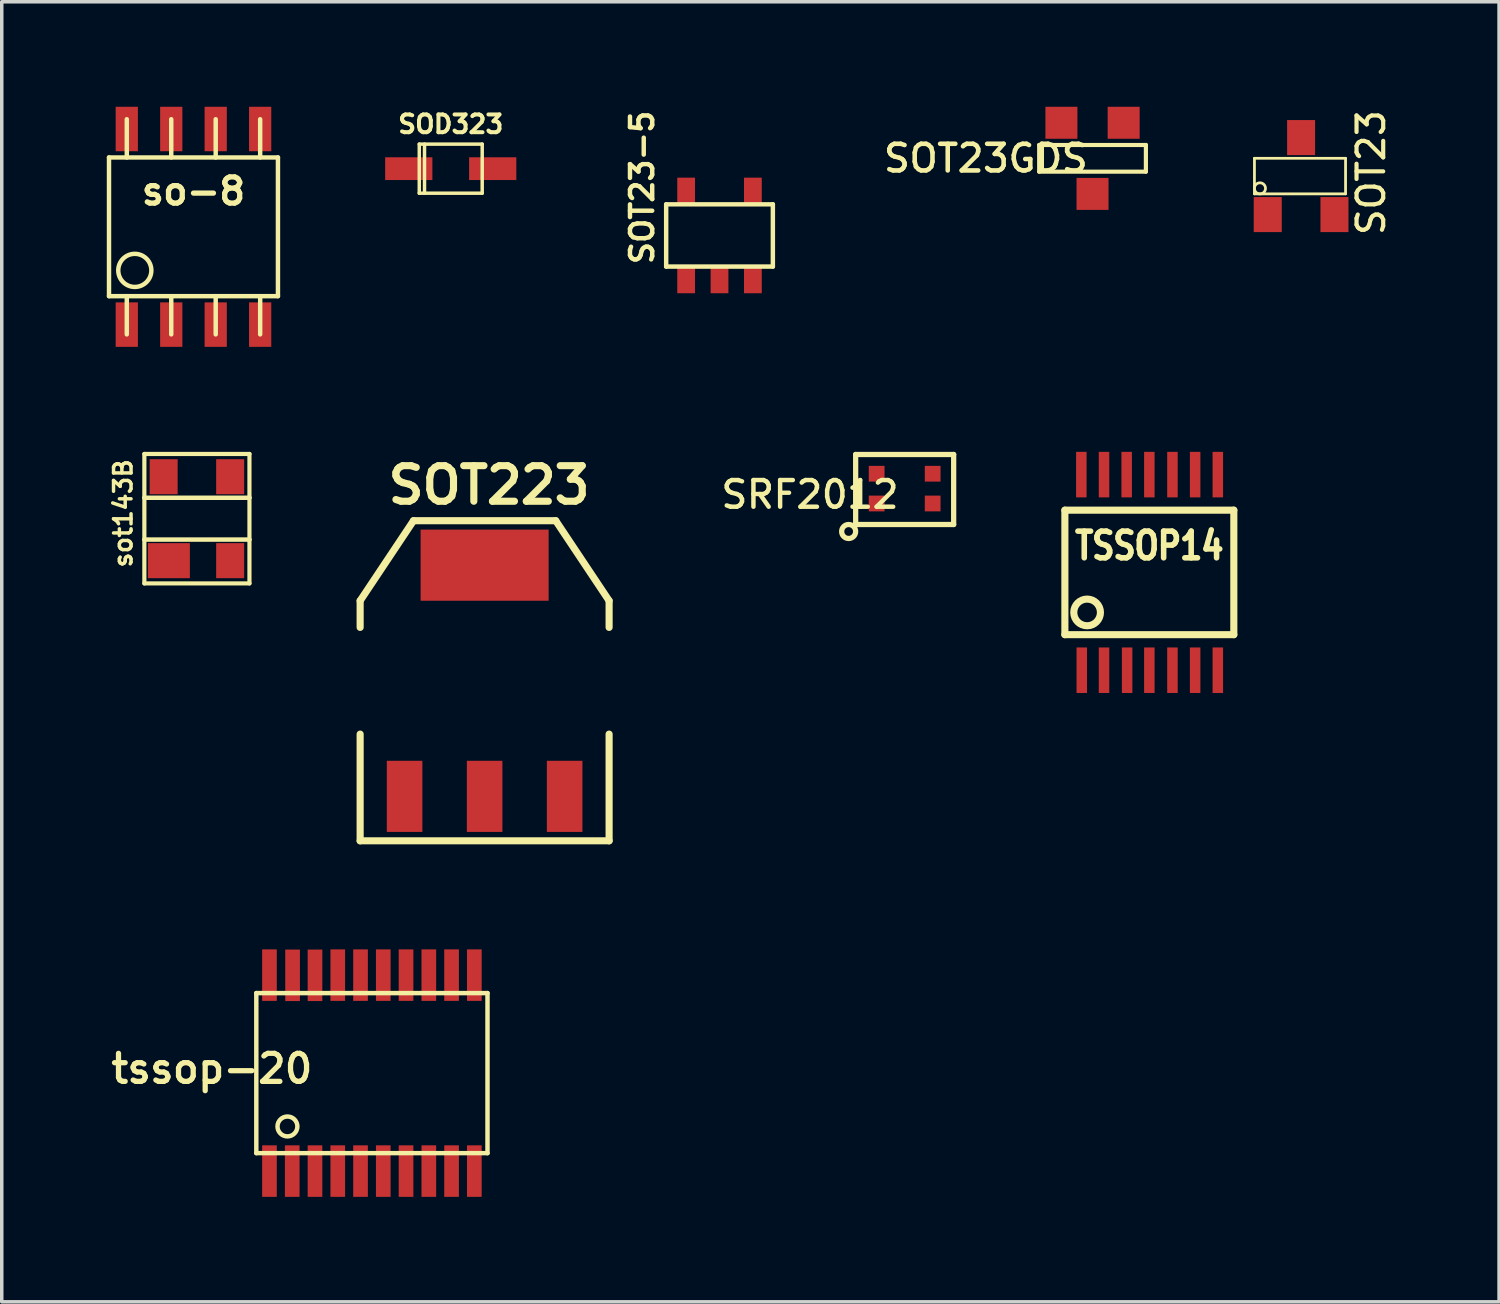
<source format=kicad_pcb>
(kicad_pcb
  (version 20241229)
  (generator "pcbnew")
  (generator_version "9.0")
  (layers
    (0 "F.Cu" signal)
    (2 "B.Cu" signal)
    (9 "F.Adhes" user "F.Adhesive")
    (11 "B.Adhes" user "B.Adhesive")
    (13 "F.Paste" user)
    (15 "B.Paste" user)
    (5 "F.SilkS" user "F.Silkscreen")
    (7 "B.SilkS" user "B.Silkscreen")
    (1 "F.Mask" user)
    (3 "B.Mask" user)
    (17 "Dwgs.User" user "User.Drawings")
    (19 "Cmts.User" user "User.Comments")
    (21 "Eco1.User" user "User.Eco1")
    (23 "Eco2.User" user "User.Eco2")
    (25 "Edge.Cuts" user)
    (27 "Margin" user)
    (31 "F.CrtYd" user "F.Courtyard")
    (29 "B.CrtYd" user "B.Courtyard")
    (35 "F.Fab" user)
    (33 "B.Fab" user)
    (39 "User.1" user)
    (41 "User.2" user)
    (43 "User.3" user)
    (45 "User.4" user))
  (footprint "SOT223"
    (layer "F.Cu")
    (at 10.794 16.397)
    (property "Reference" "SOT223" (at 0.127 -5.588 0) (layer "F.SilkS") (effects (font (size 1.016 1.016) (thickness 0.203))))
    (attr smd)
    (fp_line (start -3.556 -2.286) (end -2.032 -4.572) (stroke (width 0.203) (type solid)) (layer "F.SilkS"))
    (fp_line (start -3.556 -1.524) (end -3.556 -2.286) (stroke (width 0.203) (type solid)) (layer "F.SilkS"))
    (fp_line (start -3.556 1.524) (end -3.556 4.572) (stroke (width 0.203) (type solid)) (layer "F.SilkS"))
    (fp_line (start -3.556 4.572) (end 3.556 4.572) (stroke (width 0.203) (type solid)) (layer "F.SilkS"))
    (fp_line (start -2.032 -4.572) (end 2.032 -4.572) (stroke (width 0.203) (type solid)) (layer "F.SilkS"))
    (fp_line (start 2.032 -4.572) (end 3.556 -2.286) (stroke (width 0.203) (type solid)) (layer "F.SilkS"))
    (fp_line (start 3.556 -2.286) (end 3.556 -1.524) (stroke (width 0.203) (type solid)) (layer "F.SilkS"))
    (fp_line (start 3.556 4.572) (end 3.556 1.524) (stroke (width 0.203) (type solid)) (layer "F.SilkS"))
    (pad "1" smd rect (at -2.286 3.302) (size 1.016 2.032) (layers "F.Cu" "F.Mask" "F.Paste"))
    (pad "2" smd rect (at 0 3.302) (size 1.016 2.032) (layers "F.Cu" "F.Mask" "F.Paste"))
    (pad "3" smd rect (at 2.286 3.302) (size 1.016 2.032) (layers "F.Cu" "F.Mask" "F.Paste"))
    (pad "4" smd rect (at 0 -3.302) (size 3.658 2.032) (layers "F.Cu" "F.Mask" "F.Paste")))
  (footprint "SOT23GDS"
    (layer "F.Cu")
    (at 28.16 1.473)
    (property "Reference" "SOT23GDS" (at -3.048 0 0) (layer "F.SilkS") (effects (font (size 0.762 0.762) (thickness 0.13))))
    (attr smd)
    (fp_line (start -1.524 -0.381) (end 1.524 -0.381) (stroke (width 0.119) (type solid)) (layer "F.SilkS"))
    (fp_line (start -1.524 0.381) (end -1.524 -0.381) (stroke (width 0.119) (type solid)) (layer "F.SilkS"))
    (fp_line (start 1.524 -0.381) (end 1.524 0.381) (stroke (width 0.119) (type solid)) (layer "F.SilkS"))
    (fp_line (start 1.524 0.381) (end -1.524 0.381) (stroke (width 0.119) (type solid)) (layer "F.SilkS"))
    (pad "D" smd rect (at 0 1.016) (size 0.914 0.914) (layers "F.Cu" "F.Mask" "F.Paste"))
    (pad "G" smd rect (at 0.889 -1.016) (size 0.914 0.914) (layers "F.Cu" "F.Mask" "F.Paste"))
    (pad "S" smd rect (at -0.889 -1.016) (size 0.914 0.914) (layers "F.Cu" "F.Mask" "F.Paste")))
  (footprint "SOT23"
    (layer "F.Cu")
    (at 34.118 1.98)
    (property "Reference" "SOT23" (at 1.999 -0.099 90) (layer "F.SilkS") (effects (font (size 0.762 0.762) (thickness 0.119))))
    (attr through_hole)
    (fp_line (start -1.333 -0.508) (end -1.333 0.508) (stroke (width 0.079) (type solid)) (layer "F.SilkS"))
    (fp_line (start -1.333 -0.508) (end 1.27 -0.508) (stroke (width 0.079) (type solid)) (layer "F.SilkS"))
    (fp_line (start 1.27 -0.508) (end 1.27 0.508) (stroke (width 0.079) (type solid)) (layer "F.SilkS"))
    (fp_line (start 1.27 0.508) (end -1.333 0.508) (stroke (width 0.079) (type solid)) (layer "F.SilkS"))
    (fp_circle (center -1.176 0.351) (end -1.3 0.45) (stroke (width 0.079) (type solid)) (fill no) (layer "F.SilkS"))
    (pad "1" smd rect (at -0.953 1.1) (size 0.8 1.001) (layers "F.Cu" "F.Mask" "F.Paste"))
    (pad "2" smd rect (at 0.953 1.1) (size 0.8 1.001) (layers "F.Cu" "F.Mask" "F.Paste"))
    (pad "3" smd rect (at 0 -1.1) (size 0.8 1.001) (layers "F.Cu" "F.Mask" "F.Paste")))
  (footprint "SRF2012"
    (layer "F.Cu")
    (at 21.993 11.333)
    (property "Reference" "SRF2012" (at -1.905 -0.254 0) (layer "F.SilkS") (effects (font (size 0.762 0.762) (thickness 0.127))))
    (attr through_hole)
    (fp_line (start -0.6 -1.4) (end -0.6 0.6) (stroke (width 0.15) (type solid)) (layer "F.SilkS"))
    (fp_line (start -0.6 0.6) (end 2.2 0.6) (stroke (width 0.15) (type solid)) (layer "F.SilkS"))
    (fp_line (start 2.2 -1.4) (end -0.6 -1.4) (stroke (width 0.15) (type solid)) (layer "F.SilkS"))
    (fp_line (start 2.2 0.6) (end 2.2 -1.4) (stroke (width 0.15) (type solid)) (layer "F.SilkS"))
    (fp_circle (center -0.8 0.8) (end -0.6 0.8) (stroke (width 0.15) (type solid)) (fill no) (layer "F.SilkS"))
    (pad "1" smd rect (at 0 0) (size 0.45 0.45) (layers "F.Cu" "F.Mask" "F.Paste"))
    (pad "2" smd rect (at 1.6 0) (size 0.45 0.45) (layers "F.Cu" "F.Mask" "F.Paste"))
    (pad "3" smd rect (at 1.6 -0.85) (size 0.45 0.45) (layers "F.Cu" "F.Mask" "F.Paste"))
    (pad "4" smd rect (at 0 -0.85) (size 0.45 0.45) (layers "F.Cu" "F.Mask" "F.Paste")))
  (footprint "TSSOP14"
    (layer "F.Cu")
    (at 29.783 13.302)
    (property "Reference" "TSSOP14" (at 0 -0.762 0) (layer "F.SilkS") (effects (font (size 0.762 0.635) (thickness 0.16))))
    (attr smd)
    (fp_line (start -2.413 -1.778) (end 2.413 -1.778) (stroke (width 0.203) (type solid)) (layer "F.SilkS"))
    (fp_line (start -2.413 1.778) (end -2.413 -1.778) (stroke (width 0.203) (type solid)) (layer "F.SilkS"))
    (fp_line (start 2.413 -1.778) (end 2.413 1.778) (stroke (width 0.203) (type solid)) (layer "F.SilkS"))
    (fp_line (start 2.413 1.778) (end -2.413 1.778) (stroke (width 0.203) (type solid)) (layer "F.SilkS"))
    (fp_circle (center -1.778 1.143) (end -2.159 1.143) (stroke (width 0.203) (type solid)) (fill no) (layer "F.SilkS"))
    (pad "1" smd rect (at -1.93 2.794) (size 0.3 1.3) (layers "F.Cu" "F.Mask" "F.Paste"))
    (pad "2" smd rect (at -1.295 2.794) (size 0.3 1.3) (layers "F.Cu" "F.Mask" "F.Paste"))
    (pad "3" smd rect (at -0.635 2.794) (size 0.3 1.3) (layers "F.Cu" "F.Mask" "F.Paste"))
    (pad "4" smd rect (at 0 2.794) (size 0.3 1.3) (layers "F.Cu" "F.Mask" "F.Paste"))
    (pad "5" smd rect (at 0.66 2.794) (size 0.3 1.3) (layers "F.Cu" "F.Mask" "F.Paste"))
    (pad "6" smd rect (at 1.308 2.794) (size 0.3 1.3) (layers "F.Cu" "F.Mask" "F.Paste"))
    (pad "7" smd rect (at 1.956 2.794) (size 0.3 1.3) (layers "F.Cu" "F.Mask" "F.Paste"))
    (pad "8" smd rect (at 1.956 -2.794) (size 0.3 1.3) (layers "F.Cu" "F.Mask" "F.Paste"))
    (pad "9" smd rect (at 1.308 -2.794) (size 0.3 1.3) (layers "F.Cu" "F.Mask" "F.Paste"))
    (pad "10" smd rect (at 0.66 -2.794) (size 0.3 1.3) (layers "F.Cu" "F.Mask" "F.Paste"))
    (pad "11" smd rect (at 0 -2.794) (size 0.3 1.3) (layers "F.Cu" "F.Mask" "F.Paste"))
    (pad "12" smd rect (at -0.648 -2.794) (size 0.3 1.3) (layers "F.Cu" "F.Mask" "F.Paste"))
    (pad "13" smd rect (at -1.295 -2.794) (size 0.3 1.3) (layers "F.Cu" "F.Mask" "F.Paste"))
    (pad "14" smd rect (at -1.943 -2.794) (size 0.3 1.3) (layers "F.Cu" "F.Mask" "F.Paste")))
  (footprint "so-8"
    (layer "F.Cu")
    (at 2.477 3.429)
    (property "Reference" "so-8" (at 0 -1.016 0) (layer "F.SilkS") (effects (font (size 0.749 0.749) (thickness 0.15))))
    (attr through_hole)
    (fp_line (start -2.413 -1.981) (end -2.413 1.981) (stroke (width 0.127) (type solid)) (layer "F.SilkS"))
    (fp_line (start -2.413 1.981) (end 2.413 1.981) (stroke (width 0.127) (type solid)) (layer "F.SilkS"))
    (fp_line (start -1.905 -1.981) (end -1.905 -3.073) (stroke (width 0.127) (type solid)) (layer "F.SilkS"))
    (fp_line (start -1.905 3.073) (end -1.905 1.981) (stroke (width 0.127) (type solid)) (layer "F.SilkS"))
    (fp_line (start -0.635 -1.981) (end -0.635 -3.073) (stroke (width 0.127) (type solid)) (layer "F.SilkS"))
    (fp_line (start -0.635 3.073) (end -0.635 1.981) (stroke (width 0.127) (type solid)) (layer "F.SilkS"))
    (fp_line (start 0.635 -1.981) (end 0.635 -3.073) (stroke (width 0.127) (type solid)) (layer "F.SilkS"))
    (fp_line (start 0.635 3.073) (end 0.635 1.981) (stroke (width 0.127) (type solid)) (layer "F.SilkS"))
    (fp_line (start 1.905 -3.073) (end 1.905 -1.981) (stroke (width 0.127) (type solid)) (layer "F.SilkS"))
    (fp_line (start 1.905 1.981) (end 1.905 3.073) (stroke (width 0.127) (type solid)) (layer "F.SilkS"))
    (fp_line (start 2.413 -1.981) (end -2.413 -1.981) (stroke (width 0.127) (type solid)) (layer "F.SilkS"))
    (fp_line (start 2.413 1.981) (end 2.413 -1.981) (stroke (width 0.127) (type solid)) (layer "F.SilkS"))
    (fp_circle (center -1.676 1.245) (end -1.956 1.626) (stroke (width 0.127) (type solid)) (fill no) (layer "F.SilkS"))
    (pad "1" smd rect (at -1.905 2.794) (size 0.635 1.27) (layers "F.Cu" "F.Mask" "F.Paste"))
    (pad "2" smd rect (at -0.635 2.794) (size 0.635 1.27) (layers "F.Cu" "F.Mask" "F.Paste"))
    (pad "3" smd rect (at 0.635 2.794) (size 0.635 1.27) (layers "F.Cu" "F.Mask" "F.Paste"))
    (pad "4" smd rect (at 1.905 2.794) (size 0.635 1.27) (layers "F.Cu" "F.Mask" "F.Paste"))
    (pad "5" smd rect (at 1.905 -2.794) (size 0.635 1.27) (layers "F.Cu" "F.Mask" "F.Paste"))
    (pad "6" smd rect (at 0.635 -2.794) (size 0.635 1.27) (layers "F.Cu" "F.Mask" "F.Paste"))
    (pad "7" smd rect (at -0.635 -2.794) (size 0.635 1.27) (layers "F.Cu" "F.Mask" "F.Paste"))
    (pad "8" smd rect (at -1.905 -2.794) (size 0.635 1.27) (layers "F.Cu" "F.Mask" "F.Paste")))
  (footprint "SOD323"
    (layer "F.Cu")
    (at 9.826 1.768)
    (property "Reference" "SOD323" (at 0 -1.27 0) (layer "F.SilkS") (effects (font (size 0.508 0.508) (thickness 0.114))))
    (attr through_hole)
    (fp_line (start -0.899 -0.701) (end 0.899 -0.701) (stroke (width 0.099) (type solid)) (layer "F.SilkS"))
    (fp_line (start -0.899 0.701) (end -0.899 -0.701) (stroke (width 0.099) (type solid)) (layer "F.SilkS"))
    (fp_line (start -0.749 -0.701) (end -0.749 0.701) (stroke (width 0.099) (type solid)) (layer "F.SilkS"))
    (fp_line (start 0.899 -0.701) (end 0.899 0.701) (stroke (width 0.099) (type solid)) (layer "F.SilkS"))
    (fp_line (start 0.899 0.701) (end -0.899 0.701) (stroke (width 0.099) (type solid)) (layer "F.SilkS"))
    (pad "1" smd rect (at 1.199 0) (size 1.349 0.65) (layers "F.Cu" "F.Mask" "F.Paste"))
    (pad "2" smd rect (at -1.199 0) (size 1.349 0.65) (layers "F.Cu" "F.Mask" "F.Paste")))
  (footprint "sot143B"
    (layer "F.Cu")
    (at 2.575 11.767)
    (property "Reference" "sot143B" (at -2.108 -0.152 90) (layer "F.SilkS") (effects (font (size 0.5 0.5) (thickness 0.099))))
    (attr smd)
    (fp_line (start -1.501 -1.849) (end 1.501 -1.849) (stroke (width 0.119) (type solid)) (layer "F.SilkS"))
    (fp_line (start -1.501 -0.599) (end -1.501 -1.849) (stroke (width 0.119) (type solid)) (layer "F.SilkS"))
    (fp_line (start -1.501 -0.599) (end -1.501 0.599) (stroke (width 0.119) (type solid)) (layer "F.SilkS"))
    (fp_line (start -1.501 1.849) (end -1.501 0.599) (stroke (width 0.119) (type solid)) (layer "F.SilkS"))
    (fp_line (start -1.499 -0.597) (end 1.499 -0.597) (stroke (width 0.127) (type solid)) (layer "F.SilkS"))
    (fp_line (start 1.499 0.597) (end -1.499 0.597) (stroke (width 0.127) (type solid)) (layer "F.SilkS"))
    (fp_line (start 1.501 -1.849) (end 1.501 -0.599) (stroke (width 0.119) (type solid)) (layer "F.SilkS"))
    (fp_line (start 1.501 -0.599) (end 1.501 0.599) (stroke (width 0.119) (type solid)) (layer "F.SilkS"))
    (fp_line (start 1.501 0.599) (end 1.501 1.849) (stroke (width 0.119) (type solid)) (layer "F.SilkS"))
    (fp_line (start 1.501 1.849) (end -1.501 1.849) (stroke (width 0.119) (type solid)) (layer "F.SilkS"))
    (pad "1" smd rect (at -0.8 1.199) (size 1.199 1.001) (layers "F.Cu" "F.Mask" "F.Paste"))
    (pad "2" smd rect (at 0.95 1.199) (size 0.8 1.001) (layers "F.Cu" "F.Mask" "F.Paste"))
    (pad "3" smd rect (at 0.95 -1.199) (size 0.8 1.001) (layers "F.Cu" "F.Mask" "F.Paste"))
    (pad "4" smd rect (at -0.95 -1.199) (size 0.8 1.001) (layers "F.Cu" "F.Mask" "F.Paste")))
  (footprint "SOT23-5"
    (layer "F.Cu")
    (at 17.504 3.676)
    (property "Reference" "SOT23-5" (at -2.21 -1.372 90) (layer "F.SilkS") (effects (font (size 0.635 0.635) (thickness 0.127))))
    (attr smd)
    (fp_line (start -1.524 -0.889) (end 1.524 -0.889) (stroke (width 0.127) (type solid)) (layer "F.SilkS"))
    (fp_line (start -1.524 0.889) (end -1.524 -0.889) (stroke (width 0.127) (type solid)) (layer "F.SilkS"))
    (fp_line (start 1.524 -0.889) (end 1.524 0.889) (stroke (width 0.127) (type solid)) (layer "F.SilkS"))
    (fp_line (start 1.524 0.889) (end -1.524 0.889) (stroke (width 0.127) (type solid)) (layer "F.SilkS"))
    (pad "1" smd rect (at -0.953 1.27) (size 0.508 0.762) (layers "F.Cu" "F.Mask" "F.Paste"))
    (pad "2" smd rect (at 0 1.27) (size 0.508 0.762) (layers "F.Cu" "F.Mask" "F.Paste"))
    (pad "3" smd rect (at 0.953 1.27) (size 0.508 0.762) (layers "F.Cu" "F.Mask" "F.Paste"))
    (pad "4" smd rect (at 0.953 -1.27) (size 0.508 0.762) (layers "F.Cu" "F.Mask" "F.Paste"))
    (pad "5" smd rect (at -0.953 -1.27) (size 0.508 0.762) (layers "F.Cu" "F.Mask" "F.Paste")))
  (footprint "tssop-20"
    (layer "F.Cu")
    (at 7.574 27.605)
    (property "Reference" "tssop-20" (at -4.572 -0.127 0) (layer "F.SilkS") (effects (font (size 0.8 0.8) (thickness 0.15))))
    (attr smd)
    (fp_line (start -3.302 -2.286) (end -3.302 2.286) (stroke (width 0.127) (type solid)) (layer "F.SilkS"))
    (fp_line (start -3.302 2.286) (end 3.302 2.286) (stroke (width 0.127) (type solid)) (layer "F.SilkS"))
    (fp_line (start 3.302 -2.286) (end -3.302 -2.286) (stroke (width 0.127) (type solid)) (layer "F.SilkS"))
    (fp_line (start 3.302 2.286) (end 3.302 -2.286) (stroke (width 0.127) (type solid)) (layer "F.SilkS"))
    (fp_circle (center -2.413 1.524) (end -2.54 1.778) (stroke (width 0.127) (type solid)) (fill no) (layer "F.SilkS"))
    (pad "1" smd rect (at -2.926 2.799) (size 0.419 1.471) (layers "F.Cu" "F.Mask" "F.Paste"))
    (pad "2" smd rect (at -2.276 2.799) (size 0.419 1.471) (layers "F.Cu" "F.Mask" "F.Paste"))
    (pad "3" smd rect (at -1.626 2.799) (size 0.419 1.471) (layers "F.Cu" "F.Mask" "F.Paste"))
    (pad "4" smd rect (at -0.975 2.799) (size 0.419 1.471) (layers "F.Cu" "F.Mask" "F.Paste"))
    (pad "5" smd rect (at -0.325 2.799) (size 0.419 1.471) (layers "F.Cu" "F.Mask" "F.Paste"))
    (pad "6" smd rect (at 0.325 2.799) (size 0.419 1.471) (layers "F.Cu" "F.Mask" "F.Paste"))
    (pad "7" smd rect (at 0.975 2.799) (size 0.419 1.471) (layers "F.Cu" "F.Mask" "F.Paste"))
    (pad "8" smd rect (at 1.626 2.799) (size 0.419 1.471) (layers "F.Cu" "F.Mask" "F.Paste"))
    (pad "9" smd rect (at 2.276 2.799) (size 0.419 1.471) (layers "F.Cu" "F.Mask" "F.Paste"))
    (pad "10" smd rect (at 2.926 2.799) (size 0.419 1.471) (layers "F.Cu" "F.Mask" "F.Paste"))
    (pad "11" smd rect (at 2.926 -2.799) (size 0.419 1.471) (layers "F.Cu" "F.Mask" "F.Paste"))
    (pad "12" smd rect (at 2.276 -2.799) (size 0.419 1.471) (layers "F.Cu" "F.Mask" "F.Paste"))
    (pad "13" smd rect (at 1.626 -2.799) (size 0.419 1.471) (layers "F.Cu" "F.Mask" "F.Paste"))
    (pad "14" smd rect (at 0.975 -2.799) (size 0.419 1.471) (layers "F.Cu" "F.Mask" "F.Paste"))
    (pad "15" smd rect (at 0.325 -2.799) (size 0.419 1.471) (layers "F.Cu" "F.Mask" "F.Paste"))
    (pad "16" smd rect (at -0.325 -2.799) (size 0.419 1.471) (layers "F.Cu" "F.Mask" "F.Paste"))
    (pad "17" smd rect (at -0.975 -2.799) (size 0.419 1.471) (layers "F.Cu" "F.Mask" "F.Paste"))
    (pad "18" smd rect (at -1.626 -2.794) (size 0.419 1.471) (layers "F.Cu" "F.Mask" "F.Paste"))
    (pad "19" smd rect (at -2.266 -2.794) (size 0.419 1.471) (layers "F.Cu" "F.Mask" "F.Paste"))
    (pad "20" smd rect (at -2.926 -2.799) (size 0.419 1.471) (layers "F.Cu" "F.Mask" "F.Paste")))
  (gr_rect
    (start -3 -3)
    (end 39.773 34.139)
    (stroke (width 0.1) (type default))
    (fill no)
    (layer "Edge.Cuts")))
</source>
